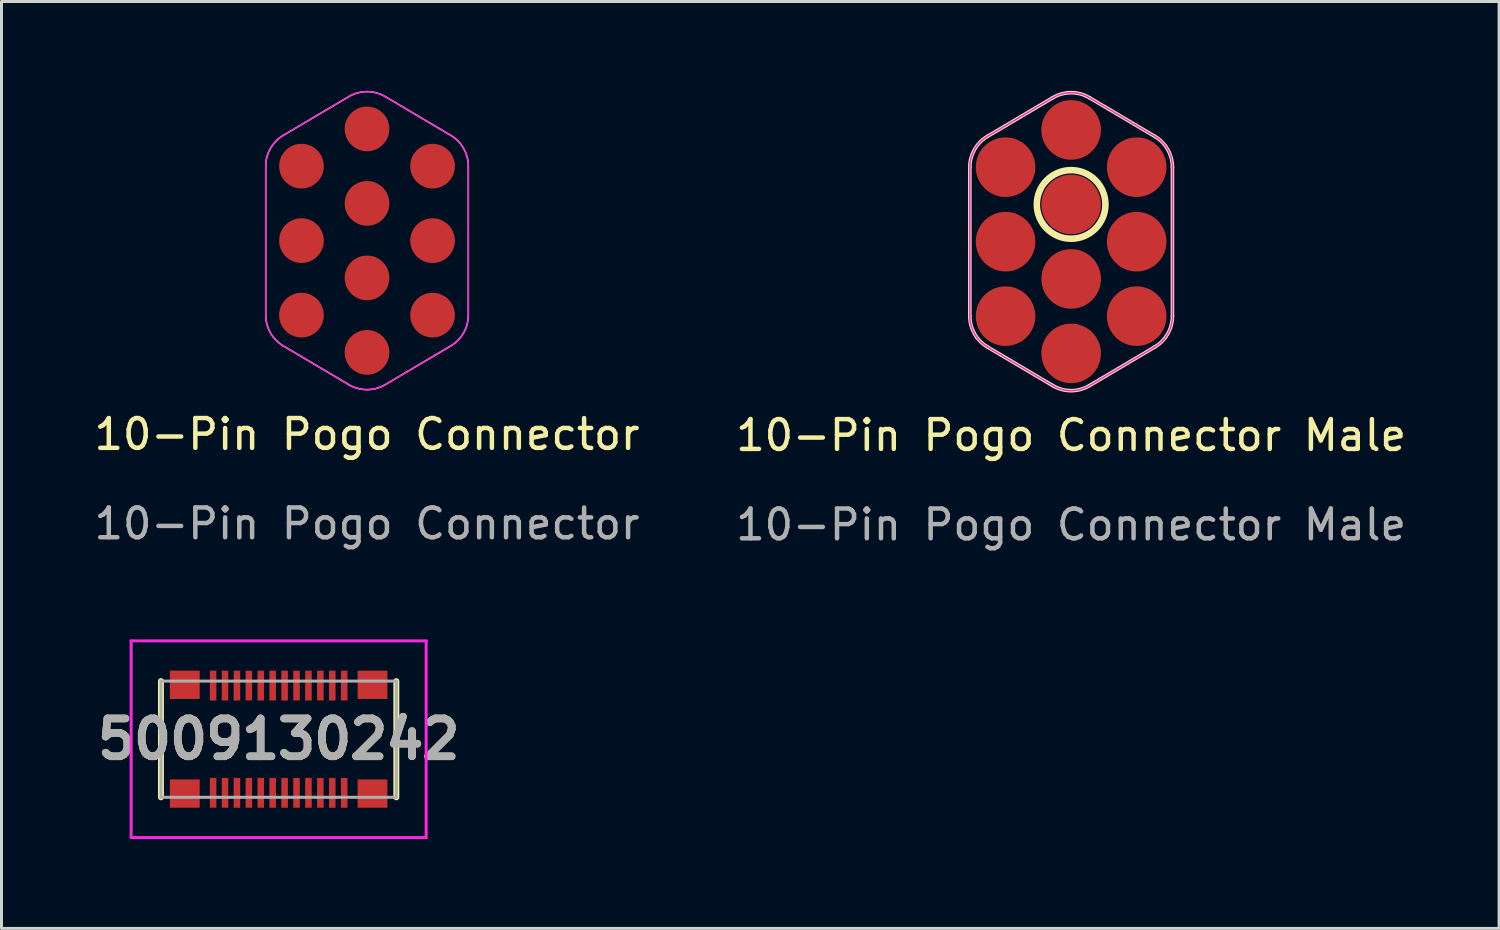
<source format=kicad_pcb>
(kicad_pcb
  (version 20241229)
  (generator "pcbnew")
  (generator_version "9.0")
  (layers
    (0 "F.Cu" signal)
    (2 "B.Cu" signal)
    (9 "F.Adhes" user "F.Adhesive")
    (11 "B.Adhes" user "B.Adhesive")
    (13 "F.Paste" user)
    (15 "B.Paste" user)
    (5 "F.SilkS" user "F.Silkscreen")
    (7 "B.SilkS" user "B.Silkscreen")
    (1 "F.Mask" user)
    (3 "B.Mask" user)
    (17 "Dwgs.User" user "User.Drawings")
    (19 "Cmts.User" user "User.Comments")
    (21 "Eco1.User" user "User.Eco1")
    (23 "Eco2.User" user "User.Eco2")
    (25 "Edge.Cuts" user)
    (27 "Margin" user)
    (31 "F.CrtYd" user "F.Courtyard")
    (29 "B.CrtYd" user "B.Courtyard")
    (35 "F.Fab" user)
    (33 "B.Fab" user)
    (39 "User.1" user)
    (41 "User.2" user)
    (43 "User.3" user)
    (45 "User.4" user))
  (footprint "10-Pin Pogo Connector Male"
    (layer "F.Cu")
    (at 32.899 5.061)
    (property "Reference" "10-Pin Pogo Connector Male" (at 0 6.5 0) (unlocked yes) (layer "F.SilkS") (effects (font (size 1 1) (thickness 0.15))))
    (attr smd)
    (fp_line (start -3.4 -2.5) (end -3.4 2.5) (stroke (width 0.12) (type default)) (layer "F.SilkS"))
    (fp_line (start -2.81 3.533) (end -0.616 4.831) (stroke (width 0.12) (type default)) (layer "F.SilkS"))
    (fp_line (start -0.616 -4.831) (end -2.81 -3.533) (stroke (width 0.12) (type default)) (layer "F.SilkS"))
    (fp_line (start 0.616 -4.831) (end 2.81 -3.533) (stroke (width 0.12) (type default)) (layer "F.SilkS"))
    (fp_line (start 0.616 4.831) (end 2.81 3.533) (stroke (width 0.12) (type default)) (layer "F.SilkS"))
    (fp_line (start 3.4 2.5) (end 3.4 -2.5) (stroke (width 0.12) (type default)) (layer "F.SilkS"))
    (fp_arc (start -3.400003 -2.500001) (mid -3.242202 -3.094829) (end -2.810302 -3.533217) (stroke (width 0.12) (type default)) (layer "F.SilkS"))
    (fp_arc (start -2.810299 3.533216) (mid -3.242199 3.094828) (end -3.4 2.5) (stroke (width 0.12) (type default)) (layer "F.SilkS"))
    (fp_arc (start -0.615958 -4.830945) (mid 0 -5.000938) (end 0.615958 -4.830945) (stroke (width 0.12) (type default)) (layer "F.SilkS"))
    (fp_arc (start 0.615958 4.830945) (mid 0 5.000938) (end -0.615958 4.830945) (stroke (width 0.12) (type default)) (layer "F.SilkS"))
    (fp_arc (start 2.810299 -3.533216) (mid 3.242199 -3.094828) (end 3.4 -2.5) (stroke (width 0.12) (type default)) (layer "F.SilkS"))
    (fp_arc (start 3.400003 2.500001) (mid 3.242202 3.094829) (end 2.810302 3.533217) (stroke (width 0.12) (type default)) (layer "F.SilkS"))
    (fp_circle (center 0 -1.25) (end 1.1 -1.2) (stroke (width 0.12) (type solid)) (fill no) (layer "F.SilkS"))
    (fp_circle (center 0 -1.25) (end 1.2 -1.2) (stroke (width 0.12) (type solid)) (fill no) (layer "F.SilkS"))
    (fp_line (start -3.4 -2.5) (end -3.4 2.5) (stroke (width 0.05) (type default)) (layer "F.CrtYd"))
    (fp_line (start -2.81 3.533) (end -0.616 4.831) (stroke (width 0.05) (type default)) (layer "F.CrtYd"))
    (fp_line (start -0.616 -4.831) (end -2.81 -3.533) (stroke (width 0.05) (type default)) (layer "F.CrtYd"))
    (fp_line (start 0.616 -4.831) (end 2.81 -3.533) (stroke (width 0.05) (type default)) (layer "F.CrtYd"))
    (fp_line (start 0.616 4.831) (end 2.81 3.533) (stroke (width 0.05) (type default)) (layer "F.CrtYd"))
    (fp_line (start 3.4 2.5) (end 3.4 -2.5) (stroke (width 0.05) (type default)) (layer "F.CrtYd"))
    (fp_arc (start -3.400003 -2.500001) (mid -3.242202 -3.094829) (end -2.810302 -3.533217) (stroke (width 0.05) (type default)) (layer "F.CrtYd"))
    (fp_arc (start -2.810299 3.533216) (mid -3.242199 3.094828) (end -3.4 2.5) (stroke (width 0.05) (type default)) (layer "F.CrtYd"))
    (fp_arc (start -0.615958 -4.830945) (mid 0 -5.000938) (end 0.615958 -4.830945) (stroke (width 0.05) (type default)) (layer "F.CrtYd"))
    (fp_arc (start 0.615958 4.830945) (mid 0 5.000938) (end -0.615958 4.830945) (stroke (width 0.05) (type default)) (layer "F.CrtYd"))
    (fp_arc (start 2.810299 -3.533216) (mid 3.242199 -3.094828) (end 3.4 -2.5) (stroke (width 0.05) (type default)) (layer "F.CrtYd"))
    (fp_arc (start 3.400003 2.500001) (mid 3.242202 3.094829) (end 2.810302 3.533217) (stroke (width 0.05) (type default)) (layer "F.CrtYd"))
    (fp_text user "${REFERENCE}" (at 0 9.5 0) (unlocked yes) (layer "F.Fab") (effects (font (size 1 1) (thickness 0.15))))
    (pad "A1" smd circle (at 2.2 -2.5) (size 2 2) (layers "F.Cu" "F.Mask"))
    (pad "A2" smd circle (at 2.2 0) (size 2 2) (layers "F.Cu" "F.Mask"))
    (pad "A3" smd circle (at 2.2 2.5) (size 2 2) (layers "F.Cu" "F.Mask"))
    (pad "B1" smd circle (at 0 -3.75) (size 2 2) (layers "F.Cu" "F.Mask"))
    (pad "B2" smd circle (at 0 -1.25) (size 2 2) (layers "F.Cu" "F.Mask"))
    (pad "B3" smd circle (at 0 1.25) (size 2 2) (layers "F.Cu" "F.Mask"))
    (pad "B4" smd circle (at 0 3.75) (size 2 2) (layers "F.Cu" "F.Mask"))
    (pad "C1" smd circle (at -2.2 -2.5) (size 2 2) (layers "F.Cu" "F.Mask"))
    (pad "C2" smd circle (at -2.2 0) (size 2 2) (layers "F.Cu" "F.Mask"))
    (pad "C3" smd circle (at -2.2 2.5) (size 2 2) (layers "F.Cu" "F.Mask")))
  (footprint "5009130242"
    (layer "F.Cu")
    (at 6.302 21.759)
    (property "Reference" "5009130242" (at 0 0 0) (layer "F.SilkS") (effects (font (size 1.27 1.27) (thickness 0.254))))
    (attr smd)
    (fp_line (start -3.95 -1.95) (end -3.95 1.95) (stroke (width 0.2) (type solid)) (layer "F.SilkS"))
    (fp_line (start 3.95 -1.95) (end 3.95 1.95) (stroke (width 0.2) (type solid)) (layer "F.SilkS"))
    (fp_line (start -4.95 -3.3) (end 4.95 -3.3) (stroke (width 0.1) (type solid)) (layer "F.CrtYd"))
    (fp_line (start -4.95 3.3) (end -4.95 -3.3) (stroke (width 0.1) (type solid)) (layer "F.CrtYd"))
    (fp_line (start 4.95 -3.3) (end 4.95 3.3) (stroke (width 0.1) (type solid)) (layer "F.CrtYd"))
    (fp_line (start 4.95 3.3) (end -4.95 3.3) (stroke (width 0.1) (type solid)) (layer "F.CrtYd"))
    (fp_line (start -3.95 -1.95) (end 3.95 -1.95) (stroke (width 0.1) (type solid)) (layer "F.Fab"))
    (fp_line (start -3.95 1.95) (end -3.95 -1.95) (stroke (width 0.1) (type solid)) (layer "F.Fab"))
    (fp_line (start 3.95 -1.95) (end 3.95 1.95) (stroke (width 0.1) (type solid)) (layer "F.Fab"))
    (fp_line (start 3.95 1.95) (end -3.95 1.95) (stroke (width 0.1) (type solid)) (layer "F.Fab"))
    (fp_text user "${REFERENCE}" (at 0 0 0) (layer "F.Fab") (effects (font (size 1.27 1.27) (thickness 0.254))))
    (pad "1" smd rect (at -2.2 1.8) (size 0.22 1) (layers "F.Cu" "F.Mask" "F.Paste"))
    (pad "2" smd rect (at -2.2 -1.8) (size 0.22 1) (layers "F.Cu" "F.Mask" "F.Paste"))
    (pad "3" smd rect (at -1.8 1.8) (size 0.22 1) (layers "F.Cu" "F.Mask" "F.Paste"))
    (pad "4" smd rect (at -1.8 -1.8) (size 0.22 1) (layers "F.Cu" "F.Mask" "F.Paste"))
    (pad "5" smd rect (at -1.4 1.8) (size 0.22 1) (layers "F.Cu" "F.Mask" "F.Paste"))
    (pad "6" smd rect (at -1.4 -1.8) (size 0.22 1) (layers "F.Cu" "F.Mask" "F.Paste"))
    (pad "7" smd rect (at -1 1.8) (size 0.22 1) (layers "F.Cu" "F.Mask" "F.Paste"))
    (pad "8" smd rect (at -1 -1.8) (size 0.22 1) (layers "F.Cu" "F.Mask" "F.Paste"))
    (pad "9" smd rect (at -0.6 1.8) (size 0.22 1) (layers "F.Cu" "F.Mask" "F.Paste"))
    (pad "10" smd rect (at -0.6 -1.8) (size 0.22 1) (layers "F.Cu" "F.Mask" "F.Paste"))
    (pad "11" smd rect (at -0.2 1.8) (size 0.22 1) (layers "F.Cu" "F.Mask" "F.Paste"))
    (pad "12" smd rect (at -0.2 -1.8) (size 0.22 1) (layers "F.Cu" "F.Mask" "F.Paste"))
    (pad "13" smd rect (at 0.2 1.8) (size 0.22 1) (layers "F.Cu" "F.Mask" "F.Paste"))
    (pad "14" smd rect (at 0.2 -1.8) (size 0.22 1) (layers "F.Cu" "F.Mask" "F.Paste"))
    (pad "15" smd rect (at 0.6 1.8) (size 0.22 1) (layers "F.Cu" "F.Mask" "F.Paste"))
    (pad "16" smd rect (at 0.6 -1.8) (size 0.22 1) (layers "F.Cu" "F.Mask" "F.Paste"))
    (pad "17" smd rect (at 1 1.8) (size 0.22 1) (layers "F.Cu" "F.Mask" "F.Paste"))
    (pad "18" smd rect (at 1 -1.8) (size 0.22 1) (layers "F.Cu" "F.Mask" "F.Paste"))
    (pad "19" smd rect (at 1.4 1.8) (size 0.22 1) (layers "F.Cu" "F.Mask" "F.Paste"))
    (pad "20" smd rect (at 1.4 -1.8) (size 0.22 1) (layers "F.Cu" "F.Mask" "F.Paste"))
    (pad "21" smd rect (at 1.8 1.8) (size 0.22 1) (layers "F.Cu" "F.Mask" "F.Paste"))
    (pad "22" smd rect (at 1.8 -1.8) (size 0.22 1) (layers "F.Cu" "F.Mask" "F.Paste"))
    (pad "23" smd rect (at 2.2 1.8) (size 0.22 1) (layers "F.Cu" "F.Mask" "F.Paste"))
    (pad "24" smd rect (at 2.2 -1.8) (size 0.22 1) (layers "F.Cu" "F.Mask" "F.Paste"))
    (pad "MP1" smd rect (at -3.15 1.825 90) (size 0.95 1) (layers "F.Cu" "F.Mask" "F.Paste"))
    (pad "MP2" smd rect (at -3.15 -1.825 90) (size 0.95 1) (layers "F.Cu" "F.Mask" "F.Paste"))
    (pad "MP3" smd rect (at 3.15 1.825 90) (size 0.95 1) (layers "F.Cu" "F.Mask" "F.Paste"))
    (pad "MP4" smd rect (at 3.15 -1.825 90) (size 0.95 1) (layers "F.Cu" "F.Mask" "F.Paste")))
  (footprint "10-Pin Pogo Connector"
    (layer "F.Cu")
    (at 9.268 5.026)
    (property "Reference" "10-Pin Pogo Connector" (at 0 6.5 0) (unlocked yes) (layer "F.SilkS") (effects (font (size 1 1) (thickness 0.15))))
    (attr smd)
    (fp_line (start -3.4 -2.5) (end -3.4 2.5) (stroke (width 0.05) (type default)) (layer "F.SilkS"))
    (fp_line (start -2.81 3.533) (end -0.616 4.831) (stroke (width 0.05) (type default)) (layer "F.SilkS"))
    (fp_line (start -0.616 -4.831) (end -2.81 -3.533) (stroke (width 0.05) (type default)) (layer "F.SilkS"))
    (fp_line (start 0.616 -4.831) (end 2.81 -3.533) (stroke (width 0.05) (type default)) (layer "F.SilkS"))
    (fp_line (start 0.616 4.831) (end 2.81 3.533) (stroke (width 0.05) (type default)) (layer "F.SilkS"))
    (fp_line (start 3.4 2.5) (end 3.4 -2.5) (stroke (width 0.05) (type default)) (layer "F.SilkS"))
    (fp_arc (start -3.400003 -2.500001) (mid -3.242202 -3.094829) (end -2.810302 -3.533217) (stroke (width 0.05) (type default)) (layer "F.SilkS"))
    (fp_arc (start -2.810299 3.533216) (mid -3.242199 3.094828) (end -3.4 2.5) (stroke (width 0.05) (type default)) (layer "F.SilkS"))
    (fp_arc (start -0.615958 -4.830945) (mid 0 -5.000938) (end 0.615958 -4.830945) (stroke (width 0.05) (type default)) (layer "F.SilkS"))
    (fp_arc (start 0.615958 4.830945) (mid 0 5.000938) (end -0.615958 4.830945) (stroke (width 0.05) (type default)) (layer "F.SilkS"))
    (fp_arc (start 2.810299 -3.533216) (mid 3.242199 -3.094828) (end 3.4 -2.5) (stroke (width 0.05) (type default)) (layer "F.SilkS"))
    (fp_arc (start 3.400003 2.500001) (mid 3.242202 3.094829) (end 2.810302 3.533217) (stroke (width 0.05) (type default)) (layer "F.SilkS"))
    (fp_line (start -3.4 -2.5) (end -3.4 2.5) (stroke (width 0.05) (type default)) (layer "F.CrtYd"))
    (fp_line (start -2.81 3.533) (end -0.616 4.831) (stroke (width 0.05) (type default)) (layer "F.CrtYd"))
    (fp_line (start -0.616 -4.831) (end -2.81 -3.533) (stroke (width 0.05) (type default)) (layer "F.CrtYd"))
    (fp_line (start 0.616 -4.831) (end 2.81 -3.533) (stroke (width 0.05) (type default)) (layer "F.CrtYd"))
    (fp_line (start 0.616 4.831) (end 2.81 3.533) (stroke (width 0.05) (type default)) (layer "F.CrtYd"))
    (fp_line (start 3.4 2.5) (end 3.4 -2.5) (stroke (width 0.05) (type default)) (layer "F.CrtYd"))
    (fp_arc (start -3.400003 -2.500001) (mid -3.242202 -3.094829) (end -2.810302 -3.533217) (stroke (width 0.05) (type default)) (layer "F.CrtYd"))
    (fp_arc (start -2.810299 3.533216) (mid -3.242199 3.094828) (end -3.4 2.5) (stroke (width 0.05) (type default)) (layer "F.CrtYd"))
    (fp_arc (start -0.615958 -4.830945) (mid 0 -5.000938) (end 0.615958 -4.830945) (stroke (width 0.05) (type default)) (layer "F.CrtYd"))
    (fp_arc (start 0.615958 4.830945) (mid 0 5.000938) (end -0.615958 4.830945) (stroke (width 0.05) (type default)) (layer "F.CrtYd"))
    (fp_arc (start 2.810299 -3.533216) (mid 3.242199 -3.094828) (end 3.4 -2.5) (stroke (width 0.05) (type default)) (layer "F.CrtYd"))
    (fp_arc (start 3.400003 2.500001) (mid 3.242202 3.094829) (end 2.810302 3.533217) (stroke (width 0.05) (type default)) (layer "F.CrtYd"))
    (fp_text user "${REFERENCE}" (at 0 9.5 0) (unlocked yes) (layer "F.Fab") (effects (font (size 1 1) (thickness 0.15))))
    (pad "A1" smd circle (at -2.2 -2.5) (size 1.5 1.5) (layers "F.Cu" "F.Mask"))
    (pad "A2" smd circle (at -2.2 0) (size 1.5 1.5) (layers "F.Cu" "F.Mask"))
    (pad "A3" smd circle (at -2.2 2.5) (size 1.5 1.5) (layers "F.Cu" "F.Mask"))
    (pad "B1" smd circle (at 0 -3.75) (size 1.5 1.5) (layers "F.Cu" "F.Mask"))
    (pad "B2" smd circle (at 0 -1.25) (size 1.5 1.5) (layers "F.Cu" "F.Mask"))
    (pad "B3" smd circle (at 0 1.25) (size 1.5 1.5) (layers "F.Cu" "F.Mask"))
    (pad "B4" smd circle (at 0 3.75) (size 1.5 1.5) (layers "F.Cu" "F.Mask"))
    (pad "C1" smd circle (at 2.2 -2.5) (size 1.5 1.5) (layers "F.Cu" "F.Mask"))
    (pad "C2" smd circle (at 2.2 0) (size 1.5 1.5) (layers "F.Cu" "F.Mask"))
    (pad "C3" smd circle (at 2.2 2.5) (size 1.5 1.5) (layers "F.Cu" "F.Mask")))
  (gr_rect
    (start -3 -3)
    (end 47.262 28.109)
    (stroke (width 0.1) (type default))
    (fill no)
    (layer "Edge.Cuts")))
</source>
